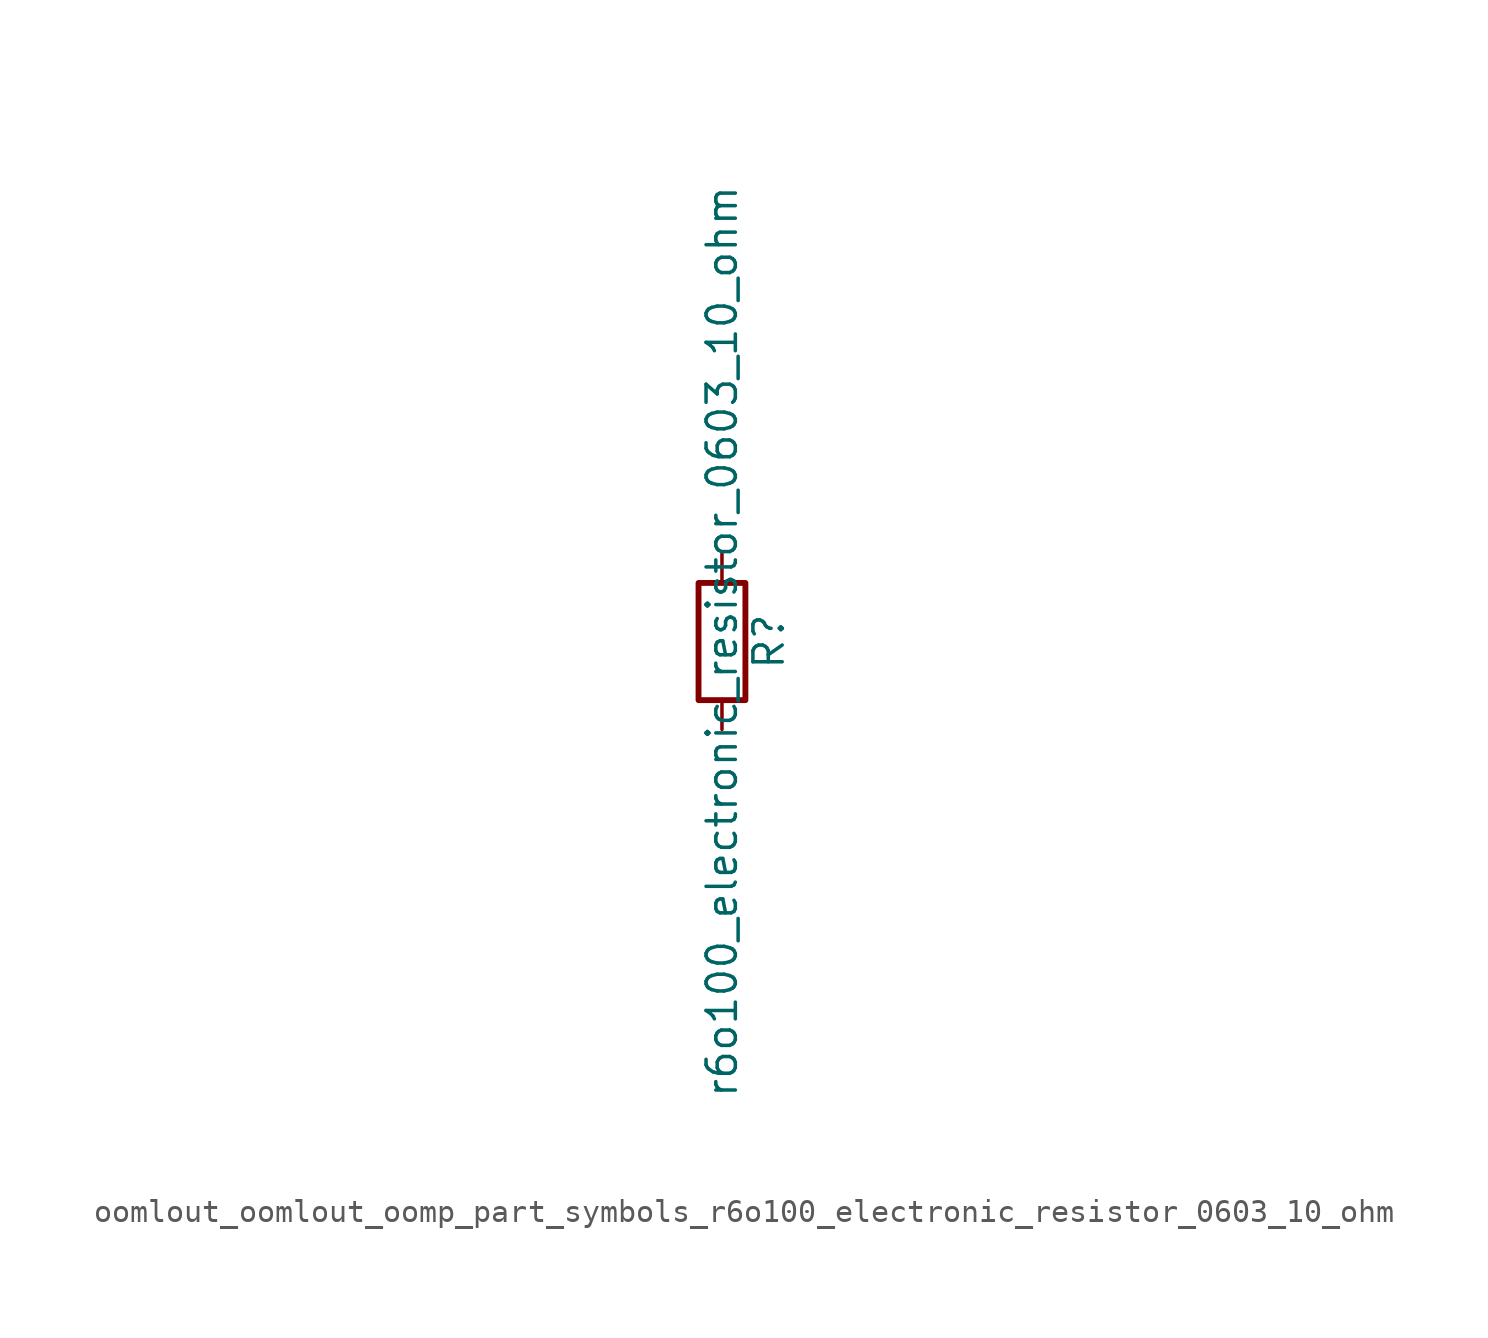
<source format=kicad_sym>
(kicad_symbol_lib
  (version 20220914)
  (generator kicad_symbol_editor)
  (symbol "oomlout_oomlout_oomp_part_symbols_r6o100_electronic_resistor_0603_10_ohm"
    (pin_numbers hide)
    (pin_names
      (offset 0))
    (property "Reference" "R"
      (at 2.032 0 90)
      (effects (font (size 1.27 1.27))))
    (property "Value" "r6o100_electronic_resistor_0603_10_ohm"
      (at 0 0 90)
      (effects (font (size 1.27 1.27))))
    (symbol "oomlout_oomlout_oomp_part_symbols_r6o100_electronic_resistor_0603_10_ohm_0_1"
      (rectangle (start -1.016 -2.54) (end 1.016 2.54) (stroke (width 0.254) (type default)) (fill (type none))))
    (symbol "oomlout_oomlout_oomp_part_symbols_r6o100_electronic_resistor_0603_10_ohm_1_1"
      (pin passive line (at 0 3.81 270) (length 1.27) (name "~" (effects (font (size 1.27 1.27)))) (number "1" (effects (font (size 1.27 1.27)))))
      (pin passive line (at 0 -3.81 90) (length 1.27) (name "~" (effects (font (size 1.27 1.27)))) (number "2" (effects (font (size 1.27 1.27))))))))
</source>
